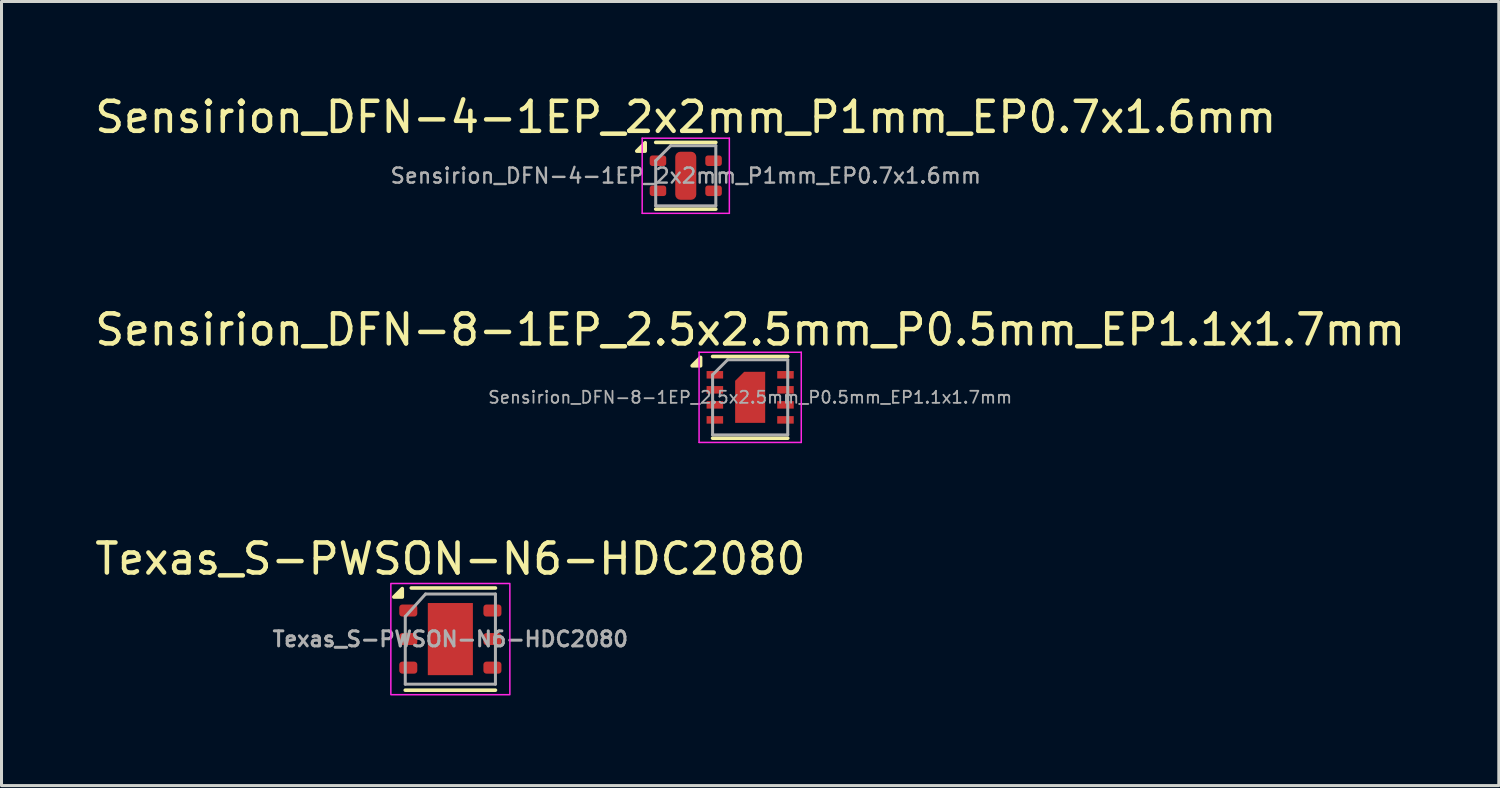
<source format=kicad_pcb>
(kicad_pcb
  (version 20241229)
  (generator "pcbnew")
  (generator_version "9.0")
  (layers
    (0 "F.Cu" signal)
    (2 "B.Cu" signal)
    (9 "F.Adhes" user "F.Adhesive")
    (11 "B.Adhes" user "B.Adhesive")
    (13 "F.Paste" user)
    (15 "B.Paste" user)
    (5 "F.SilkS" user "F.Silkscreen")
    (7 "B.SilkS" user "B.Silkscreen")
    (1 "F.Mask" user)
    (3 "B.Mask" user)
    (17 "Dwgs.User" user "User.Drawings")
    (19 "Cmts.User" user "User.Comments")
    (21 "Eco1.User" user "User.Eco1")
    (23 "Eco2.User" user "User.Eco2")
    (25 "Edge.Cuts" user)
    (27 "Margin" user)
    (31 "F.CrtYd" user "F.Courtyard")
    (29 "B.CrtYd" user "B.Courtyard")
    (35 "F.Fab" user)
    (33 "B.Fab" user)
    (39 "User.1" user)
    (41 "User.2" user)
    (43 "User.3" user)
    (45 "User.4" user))
  (footprint "Texas_S-PWSON-N6-HDC2080"
    (layer "F.Cu")
    (at 11.935 18.215)
    (property "Reference" "Texas_S-PWSON-N6-HDC2080" (at 0 -2.67 0) (layer "F.SilkS") (effects (font (size 1 1) (thickness 0.15))))
    (attr smd)
    (fp_line (start 1.5 -1.7) (end -1.3 -1.7) (stroke (width 0.12) (type solid)) (layer "F.SilkS"))
    (fp_line (start 1.5 1.7) (end -1.5 1.7) (stroke (width 0.12) (type solid)) (layer "F.SilkS"))
    (fp_poly (pts (xy -1.6 -1.4) (xy -1.88 -1.4) (xy -1.6 -1.68) (xy -1.6 -1.4)) (stroke (width 0.12) (type solid)) (fill yes) (layer "F.SilkS"))
    (fp_rect (start -1.98 -1.85) (end 1.98 1.85) (stroke (width 0.05) (type default)) (fill no) (layer "F.CrtYd"))
    (fp_line (start -1.5 -0.75) (end -0.825 -1.5) (stroke (width 0.1) (type solid)) (layer "F.Fab"))
    (fp_line (start -1.5 1.5) (end -1.5 -0.75) (stroke (width 0.1) (type solid)) (layer "F.Fab"))
    (fp_line (start 1.5 -1.5) (end -0.825 -1.5) (stroke (width 0.1) (type solid)) (layer "F.Fab"))
    (fp_line (start 1.5 -1.5) (end 1.5 1.5) (stroke (width 0.1) (type solid)) (layer "F.Fab"))
    (fp_line (start 1.5 1.5) (end -1.5 1.5) (stroke (width 0.1) (type solid)) (layer "F.Fab"))
    (fp_text user "${REFERENCE}" (at 0 0 0) (layer "F.Fab") (effects (font (size 0.5 0.5) (thickness 0.1))))
    (pad "" smd roundrect (at -0.4 -0.65) (size 0.6 1) (layers "F.Paste") (roundrect_rratio 0.25))
    (pad "" smd roundrect (at -0.4 0.65) (size 0.6 1) (layers "F.Paste") (roundrect_rratio 0.25))
    (pad "" smd roundrect (at 0.4 -0.65) (size 0.6 1) (layers "F.Paste") (roundrect_rratio 0.25))
    (pad "" smd roundrect (at 0.4 0.65) (size 0.6 1) (layers "F.Paste") (roundrect_rratio 0.25))
    (pad "1" smd roundrect (at -1.4 -0.95) (size 0.6 0.4) (layers "F.Cu" "F.Mask" "F.Paste") (roundrect_rratio 0.25))
    (pad "2" smd roundrect (at -1.4 0) (size 0.6 0.4) (layers "F.Cu" "F.Mask" "F.Paste") (roundrect_rratio 0.25))
    (pad "3" smd roundrect (at -1.4 0.95) (size 0.6 0.4) (layers "F.Cu" "F.Mask" "F.Paste") (roundrect_rratio 0.25))
    (pad "4" smd roundrect (at 1.4 0.95) (size 0.6 0.4) (layers "F.Cu" "F.Mask" "F.Paste") (roundrect_rratio 0.25))
    (pad "5" smd roundrect (at 1.4 0) (size 0.6 0.4) (layers "F.Cu" "F.Mask" "F.Paste") (roundrect_rratio 0.25))
    (pad "6" smd roundrect (at 1.4 -0.95) (size 0.6 0.4) (layers "F.Cu" "F.Mask" "F.Paste") (roundrect_rratio 0.25))
    (pad "7" smd rect (at 0 0) (size 1.5 2.4) (layers "F.Cu" "F.Mask")))
  (footprint "Sensirion_DFN-4-1EP_2x2mm_P1mm_EP0.7x1.6mm"
    (layer "F.Cu")
    (at 19.768 2.798)
    (property "Reference" "Sensirion_DFN-4-1EP_2x2mm_P1mm_EP0.7x1.6mm" (at 0 -1.95 0) (layer "F.SilkS") (effects (font (size 1 1) (thickness 0.15))))
    (attr smd)
    (fp_line (start -1 -1.11) (end 1 -1.11) (stroke (width 0.12) (type solid)) (layer "F.SilkS"))
    (fp_line (start -1 1.11) (end 1 1.11) (stroke (width 0.12) (type solid)) (layer "F.SilkS"))
    (fp_poly (pts (xy -1.35 -0.82) (xy -1.63 -0.82) (xy -1.35 -1.1) (xy -1.35 -0.82)) (stroke (width 0.12) (type solid)) (fill yes) (layer "F.SilkS"))
    (fp_line (start -1.45 -1.25) (end -1.45 1.25) (stroke (width 0.05) (type solid)) (layer "F.CrtYd"))
    (fp_line (start -1.45 1.25) (end 1.45 1.25) (stroke (width 0.05) (type solid)) (layer "F.CrtYd"))
    (fp_line (start 1.45 -1.25) (end -1.45 -1.25) (stroke (width 0.05) (type solid)) (layer "F.CrtYd"))
    (fp_line (start 1.45 1.25) (end 1.45 -1.25) (stroke (width 0.05) (type solid)) (layer "F.CrtYd"))
    (fp_line (start -1 -0.5) (end -0.5 -1) (stroke (width 0.1) (type solid)) (layer "F.Fab"))
    (fp_line (start -1 1) (end -1 -0.5) (stroke (width 0.1) (type solid)) (layer "F.Fab"))
    (fp_line (start -0.5 -1) (end 1 -1) (stroke (width 0.1) (type solid)) (layer "F.Fab"))
    (fp_line (start 1 -1) (end 1 1) (stroke (width 0.1) (type solid)) (layer "F.Fab"))
    (fp_line (start 1 1) (end -1 1) (stroke (width 0.1) (type solid)) (layer "F.Fab"))
    (fp_text user "${REFERENCE}" (at 0 0 0) (layer "F.Fab") (effects (font (size 0.5 0.5) (thickness 0.08))))
    (pad "" smd roundrect (at -1.025 -0.5) (size 0.55 0.35) (layers "F.Paste") (roundrect_rratio 0.25))
    (pad "" smd roundrect (at -1.025 0.5) (size 0.55 0.35) (layers "F.Paste") (roundrect_rratio 0.25))
    (pad "" smd roundrect (at 0 0) (size 0.5 1.4) (layers "F.Paste") (roundrect_rratio 0.25))
    (pad "" smd roundrect (at 1.025 -0.5 180) (size 0.55 0.35) (layers "F.Paste") (roundrect_rratio 0.25))
    (pad "" smd roundrect (at 1.025 0.5 180) (size 0.55 0.35) (layers "F.Paste") (roundrect_rratio 0.25))
    (pad "1" smd roundrect (at -0.925 -0.5) (size 0.55 0.35) (layers "F.Cu" "F.Mask") (roundrect_rratio 0.25))
    (pad "2" smd roundrect (at -0.925 0.5) (size 0.55 0.35) (layers "F.Cu" "F.Mask") (roundrect_rratio 0.25))
    (pad "3" smd roundrect (at 0.925 0.5) (size 0.55 0.35) (layers "F.Cu" "F.Mask") (roundrect_rratio 0.25))
    (pad "4" smd roundrect (at 0.925 -0.5) (size 0.55 0.35) (layers "F.Cu" "F.Mask") (roundrect_rratio 0.25))
    (pad "5" smd roundrect (at 0 0) (size 0.7 1.6) (layers "F.Cu" "F.Mask") (roundrect_rratio 0.25)))
  (footprint "Sensirion_DFN-8-1EP_2.5x2.5mm_P0.5mm_EP1.1x1.7mm"
    (layer "F.Cu")
    (at 21.911 10.171)
    (property "Reference" "Sensirion_DFN-8-1EP_2.5x2.5mm_P0.5mm_EP1.1x1.7mm" (at 0 -2.25 0) (layer "F.SilkS") (effects (font (size 1 1) (thickness 0.15))))
    (attr smd)
    (fp_line (start -1.25 -1.36) (end 1.25 -1.36) (stroke (width 0.12) (type solid)) (layer "F.SilkS"))
    (fp_line (start -1.25 1.36) (end 1.25 1.36) (stroke (width 0.12) (type solid)) (layer "F.SilkS"))
    (fp_poly (pts (xy -1.65 -1.05) (xy -1.93 -1.05) (xy -1.65 -1.33) (xy -1.65 -1.05)) (stroke (width 0.12) (type solid)) (fill yes) (layer "F.SilkS"))
    (fp_line (start -1.7 -1.5) (end -1.7 1.5) (stroke (width 0.05) (type solid)) (layer "F.CrtYd"))
    (fp_line (start -1.7 -1.5) (end 1.7 -1.5) (stroke (width 0.05) (type solid)) (layer "F.CrtYd"))
    (fp_line (start -1.7 1.5) (end 1.7 1.5) (stroke (width 0.05) (type solid)) (layer "F.CrtYd"))
    (fp_line (start 1.7 -1.5) (end 1.7 1.5) (stroke (width 0.05) (type solid)) (layer "F.CrtYd"))
    (fp_line (start -1.25 -0.75) (end -0.75 -1.25) (stroke (width 0.1) (type solid)) (layer "F.Fab"))
    (fp_line (start -1.25 1.25) (end -1.25 -0.75) (stroke (width 0.1) (type solid)) (layer "F.Fab"))
    (fp_line (start -0.75 -1.25) (end 1.25 -1.25) (stroke (width 0.1) (type solid)) (layer "F.Fab"))
    (fp_line (start 1.25 -1.25) (end 1.25 1.25) (stroke (width 0.1) (type solid)) (layer "F.Fab"))
    (fp_line (start 1.25 1.25) (end -1.25 1.25) (stroke (width 0.1) (type solid)) (layer "F.Fab"))
    (fp_text user "${REFERENCE}" (at 0 0 0) (layer "F.Fab") (effects (font (size 0.4 0.4) (thickness 0.06))))
    (pad "" smd custom (at 0 0) (size 0.9 0.9) (layers "F.Paste") (options (anchor rect)) (primitives (gr_poly (pts (xy 0.45 0.8) (xy -0.45 0.8) (xy -0.45 -0.53) (xy -0.18 -0.8) (xy 0.45 -0.8)) (width 0) (fill yes))))
    (pad "1" smd rect (at -1.175 -0.75) (size 0.55 0.25) (layers "F.Cu" "F.Mask" "F.Paste"))
    (pad "2" smd rect (at -1.175 -0.25) (size 0.55 0.25) (layers "F.Cu" "F.Mask" "F.Paste"))
    (pad "3" smd rect (at -1.175 0.25) (size 0.55 0.25) (layers "F.Cu" "F.Mask" "F.Paste"))
    (pad "4" smd rect (at -1.175 0.75 180) (size 0.55 0.25) (layers "F.Cu" "F.Mask" "F.Paste"))
    (pad "5" smd rect (at 1.175 0.75) (size 0.55 0.25) (layers "F.Cu" "F.Mask" "F.Paste"))
    (pad "6" smd rect (at 1.175 0.25) (size 0.55 0.25) (layers "F.Cu" "F.Mask" "F.Paste"))
    (pad "7" smd rect (at 1.175 -0.25) (size 0.55 0.25) (layers "F.Cu" "F.Mask" "F.Paste"))
    (pad "8" smd rect (at 1.175 -0.75) (size 0.55 0.25) (layers "F.Cu" "F.Mask" "F.Paste"))
    (pad "9" smd custom (at 0 0) (size 1 1) (layers "F.Cu" "F.Mask") (options (anchor circle)) (primitives (gr_poly (pts (xy 0.5 0.85) (xy -0.5 0.85) (xy -0.5 -0.55) (xy -0.2 -0.85) (xy 0.5 -0.85)) (width 0) (fill yes)))))
  (gr_rect
    (start -3 -3)
    (end 46.821 23.09)
    (stroke (width 0.1) (type default))
    (fill no)
    (layer "Edge.Cuts")))
</source>
